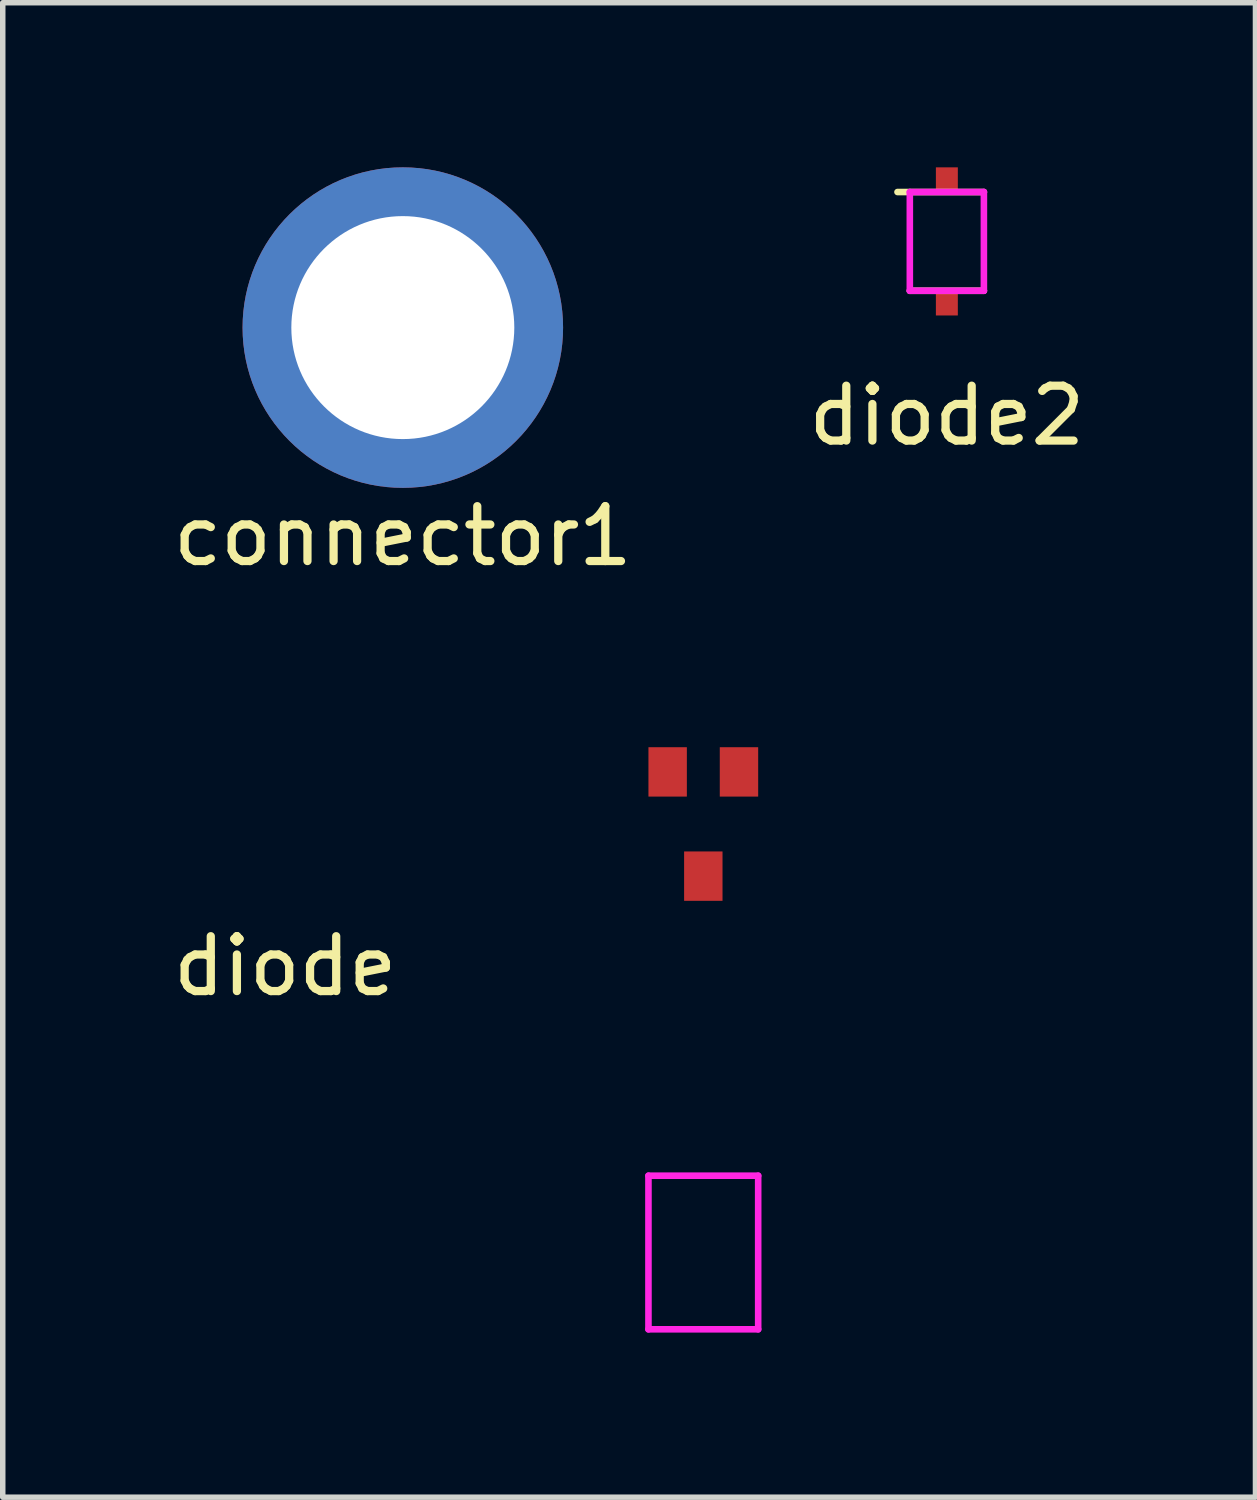
<source format=kicad_pcb>
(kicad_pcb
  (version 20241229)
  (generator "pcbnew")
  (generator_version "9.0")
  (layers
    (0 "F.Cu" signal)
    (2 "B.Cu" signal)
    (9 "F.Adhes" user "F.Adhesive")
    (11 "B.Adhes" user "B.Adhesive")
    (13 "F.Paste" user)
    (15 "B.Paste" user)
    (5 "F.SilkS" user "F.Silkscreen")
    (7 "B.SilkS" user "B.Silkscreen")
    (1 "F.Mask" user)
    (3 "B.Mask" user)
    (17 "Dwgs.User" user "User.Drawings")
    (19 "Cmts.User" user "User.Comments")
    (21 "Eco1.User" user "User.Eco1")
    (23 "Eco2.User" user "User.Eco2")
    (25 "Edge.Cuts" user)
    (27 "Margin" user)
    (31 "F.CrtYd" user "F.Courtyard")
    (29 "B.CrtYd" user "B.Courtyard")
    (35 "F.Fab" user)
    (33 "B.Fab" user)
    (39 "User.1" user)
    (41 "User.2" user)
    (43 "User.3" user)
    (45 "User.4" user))
  (footprint "diode"
    (layer "F.Cu")
    (at 9.769 11.019)
    (property "Reference" "diode" (at -7.62 3.54 0) (unlocked yes) (layer "F.SilkS") (effects (font (size 1 1) (thickness 0.15))))
    (attr through_hole)
    (fp_line (start -1 7.36) (end -1 10.16) (stroke (width 0.12) (type solid)) (layer "F.CrtYd"))
    (fp_line (start -1 7.36) (end 1 7.36) (stroke (width 0.12) (type solid)) (layer "F.CrtYd"))
    (fp_line (start -1 10.16) (end 1 10.16) (stroke (width 0.12) (type solid)) (layer "F.CrtYd"))
    (fp_line (start 1 7.36) (end 1 10.16) (stroke (width 0.12) (type solid)) (layer "F.CrtYd"))
    (pad "1" smd rect (at -0.65 0) (size 0.7 0.9) (layers "F.Cu" "F.Mask" "F.Paste"))
    (pad "2" smd rect (at 0.65 0) (size 0.7 0.9) (layers "F.Cu" "F.Mask" "F.Paste"))
    (pad "3" smd rect (at 0 1.9) (size 0.7 0.9) (layers "F.Cu" "F.Mask" "F.Paste")))
  (footprint "diode2"
    (layer "F.Cu")
    (at 14.208 1.35)
    (property "Reference" "diode2" (at 0 3.175 0) (layer "F.SilkS") (effects (font (size 1 1) (thickness 0.15))))
    (attr through_hole)
    (fp_line (start 0.675 -0.9) (end -0.9 -0.9) (stroke (width 0.12) (type solid)) (layer "F.SilkS"))
    (fp_line (start 0.675 0.9) (end -0.675 0.9) (stroke (width 0.12) (type solid)) (layer "F.SilkS"))
    (fp_line (start -0.675 -0.9) (end -0.675 0.9) (stroke (width 0.12) (type solid)) (layer "F.CrtYd"))
    (fp_line (start 0.675 -0.9) (end -0.675 -0.9) (stroke (width 0.12) (type solid)) (layer "F.CrtYd"))
    (fp_line (start 0.675 -0.9) (end 0.675 0.9) (stroke (width 0.12) (type solid)) (layer "F.CrtYd"))
    (fp_line (start 0.675 0.9) (end -0.675 0.9) (stroke (width 0.12) (type solid)) (layer "F.CrtYd"))
    (pad "1" smd rect (at 0 -1.1) (size 0.4 0.5) (layers "F.Cu" "F.Mask" "F.Paste"))
    (pad "2" smd rect (at 0 1.1) (size 0.4 0.5) (layers "F.Cu" "F.Mask" "F.Paste")))
  (footprint "connector1"
    (layer "F.Cu")
    (at 4.292 2.921)
    (property "Reference" "connector1" (at 0 3.8 0) (layer "F.SilkS") (effects (font (size 1 1) (thickness 0.15))))
    (attr through_hole)
    (fp_circle (center 0 0) (end 0.16 0) (stroke (width 0.01) (type solid)) (fill no) (layer "F.CrtYd"))
    (pad "1" thru_hole circle (at 0 0) (size 5.842 5.842) (drill 4.064) (layers "*.Cu" "*.Mask")))
  (gr_rect
    (start -3 -3)
    (end 19.833 24.239)
    (stroke (width 0.1) (type default))
    (fill no)
    (layer "Edge.Cuts")))
</source>
